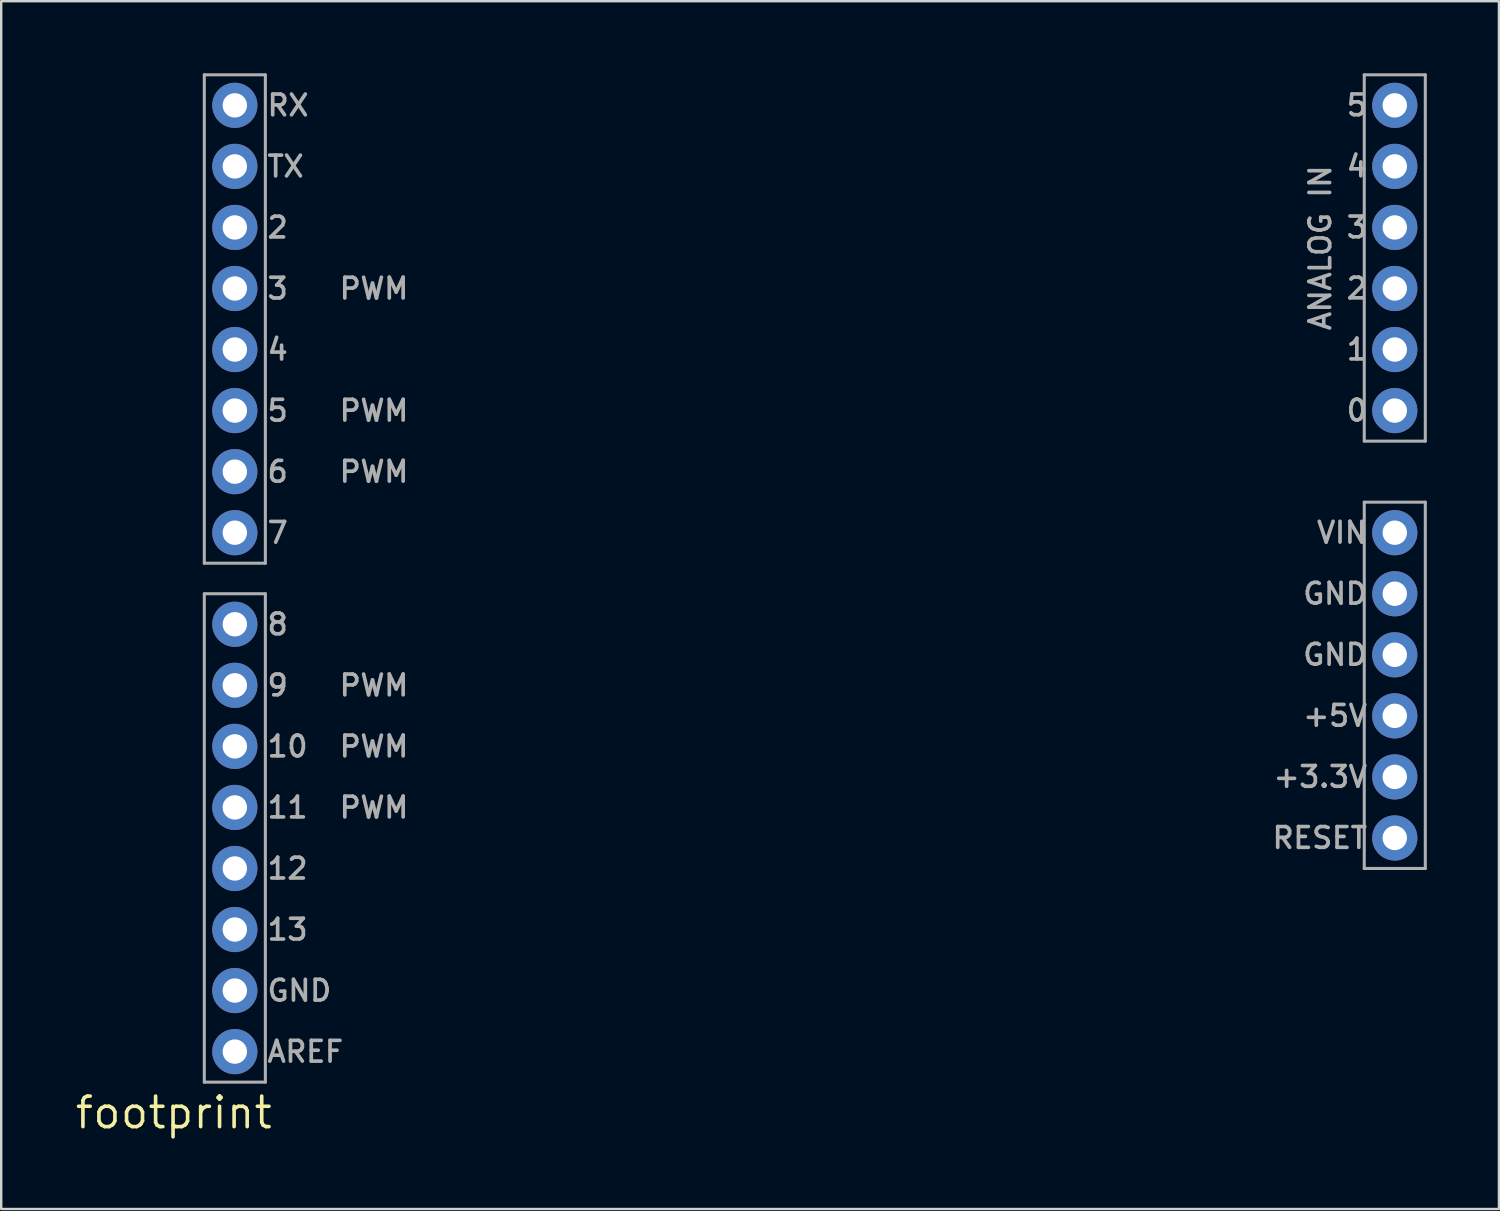
<source format=kicad_pcb>
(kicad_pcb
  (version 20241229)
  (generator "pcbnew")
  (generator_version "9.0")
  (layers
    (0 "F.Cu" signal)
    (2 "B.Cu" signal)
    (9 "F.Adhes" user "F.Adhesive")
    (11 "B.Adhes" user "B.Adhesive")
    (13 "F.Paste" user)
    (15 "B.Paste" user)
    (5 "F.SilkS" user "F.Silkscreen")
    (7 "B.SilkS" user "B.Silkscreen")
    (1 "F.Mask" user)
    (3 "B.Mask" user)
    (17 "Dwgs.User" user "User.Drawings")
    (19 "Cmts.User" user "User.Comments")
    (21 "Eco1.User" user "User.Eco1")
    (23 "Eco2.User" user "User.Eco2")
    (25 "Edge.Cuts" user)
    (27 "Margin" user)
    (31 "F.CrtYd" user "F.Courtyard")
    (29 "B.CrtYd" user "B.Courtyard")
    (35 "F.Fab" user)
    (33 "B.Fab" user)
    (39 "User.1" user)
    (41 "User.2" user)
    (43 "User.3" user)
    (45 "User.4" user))
  (footprint "footprint"
    (layer "F.Cu")
    (at 4.18 43.243)
    (property "Reference" "footprint" (at 0 0 0) (layer "F.SilkS") (effects (font (size 1.27 1.27) (thickness 0.15))))
    (fp_line (start 1.27 -43.18) (end 3.81 -43.18) (stroke (width 0.127) (type solid)) (layer "F.Fab"))
    (fp_line (start 1.27 -22.86) (end 1.27 -43.18) (stroke (width 0.127) (type solid)) (layer "F.Fab"))
    (fp_line (start 1.27 -21.59) (end 3.81 -21.59) (stroke (width 0.127) (type solid)) (layer "F.Fab"))
    (fp_line (start 1.27 -1.27) (end 1.27 -21.59) (stroke (width 0.127) (type solid)) (layer "F.Fab"))
    (fp_line (start 3.81 -43.18) (end 3.81 -22.86) (stroke (width 0.127) (type solid)) (layer "F.Fab"))
    (fp_line (start 3.81 -22.86) (end 1.27 -22.86) (stroke (width 0.127) (type solid)) (layer "F.Fab"))
    (fp_line (start 3.81 -21.59) (end 3.81 -1.27) (stroke (width 0.127) (type solid)) (layer "F.Fab"))
    (fp_line (start 3.81 -1.27) (end 1.27 -1.27) (stroke (width 0.127) (type solid)) (layer "F.Fab"))
    (fp_line (start 49.53 -43.18) (end 52.07 -43.18) (stroke (width 0.127) (type solid)) (layer "F.Fab"))
    (fp_line (start 49.53 -27.94) (end 49.53 -43.18) (stroke (width 0.127) (type solid)) (layer "F.Fab"))
    (fp_line (start 49.53 -25.4) (end 52.07 -25.4) (stroke (width 0.127) (type solid)) (layer "F.Fab"))
    (fp_line (start 49.53 -10.16) (end 49.53 -25.4) (stroke (width 0.127) (type solid)) (layer "F.Fab"))
    (fp_line (start 52.07 -43.18) (end 52.07 -27.94) (stroke (width 0.127) (type solid)) (layer "F.Fab"))
    (fp_line (start 52.07 -27.94) (end 49.53 -27.94) (stroke (width 0.127) (type solid)) (layer "F.Fab"))
    (fp_line (start 52.07 -25.4) (end 52.07 -10.16) (stroke (width 0.127) (type solid)) (layer "F.Fab"))
    (fp_line (start 52.07 -10.16) (end 49.53 -10.16) (stroke (width 0.127) (type solid)) (layer "F.Fab"))
    (fp_text user "RX" (at 3.81 -41.402 0) (layer "F.Fab") (effects (font (size 0.864 0.864) (thickness 0.152)) (justify left bottom)))
    (fp_text user "6" (at 3.81 -26.162 0) (layer "F.Fab") (effects (font (size 0.864 0.864) (thickness 0.152)) (justify left bottom)))
    (fp_text user "GND" (at 49.733 -22.098 0) (layer "F.Fab") (effects (font (size 0.864 0.864) (thickness 0.152)) (justify right top)))
    (fp_text user "5" (at 3.81 -28.702 0) (layer "F.Fab") (effects (font (size 0.864 0.864) (thickness 0.152)) (justify left bottom)))
    (fp_text user "7" (at 3.81 -23.622 0) (layer "F.Fab") (effects (font (size 0.864 0.864) (thickness 0.152)) (justify left bottom)))
    (fp_text user "0" (at 49.733 -29.718 0) (layer "F.Fab") (effects (font (size 0.864 0.864) (thickness 0.152)) (justify right top)))
    (fp_text user "TX" (at 3.81 -38.862 0) (layer "F.Fab") (effects (font (size 0.864 0.864) (thickness 0.152)) (justify left bottom)))
    (fp_text user "11" (at 3.81 -12.192 0) (layer "F.Fab") (effects (font (size 0.864 0.864) (thickness 0.152)) (justify left bottom)))
    (fp_text user "ANALOG IN" (at 47.193 -39.497 90) (layer "F.Fab") (effects (font (size 0.864 0.864) (thickness 0.152)) (justify right top)))
    (fp_text user "+5V" (at 49.733 -17.018 0) (layer "F.Fab") (effects (font (size 0.864 0.864) (thickness 0.152)) (justify right top)))
    (fp_text user "10" (at 3.81 -14.732 0) (layer "F.Fab") (effects (font (size 0.864 0.864) (thickness 0.152)) (justify left bottom)))
    (fp_text user "GND" (at 49.733 -19.558 0) (layer "F.Fab") (effects (font (size 0.864 0.864) (thickness 0.152)) (justify right top)))
    (fp_text user "VIN" (at 49.733 -24.638 0) (layer "F.Fab") (effects (font (size 0.864 0.864) (thickness 0.152)) (justify right top)))
    (fp_text user "9" (at 3.81 -17.272 0) (layer "F.Fab") (effects (font (size 0.864 0.864) (thickness 0.152)) (justify left bottom)))
    (fp_text user "RESET" (at 49.733 -11.938 0) (layer "F.Fab") (effects (font (size 0.864 0.864) (thickness 0.152)) (justify right top)))
    (fp_text user "3" (at 3.81 -33.782 0) (layer "F.Fab") (effects (font (size 0.864 0.864) (thickness 0.152)) (justify left bottom)))
    (fp_text user "4" (at 3.81 -31.242 0) (layer "F.Fab") (effects (font (size 0.864 0.864) (thickness 0.152)) (justify left bottom)))
    (fp_text user "8" (at 3.81 -19.812 0) (layer "F.Fab") (effects (font (size 0.864 0.864) (thickness 0.152)) (justify left bottom)))
    (fp_text user "PWM" (at 6.81 -17.272 0) (layer "F.Fab") (effects (font (size 0.864 0.864) (thickness 0.152)) (justify left bottom)))
    (fp_text user "12" (at 3.81 -9.652 0) (layer "F.Fab") (effects (font (size 0.864 0.864) (thickness 0.152)) (justify left bottom)))
    (fp_text user "GND" (at 3.81 -4.572 0) (layer "F.Fab") (effects (font (size 0.864 0.864) (thickness 0.152)) (justify left bottom)))
    (fp_text user "13" (at 3.81 -7.112 0) (layer "F.Fab") (effects (font (size 0.864 0.864) (thickness 0.152)) (justify left bottom)))
    (fp_text user "2" (at 49.733 -34.798 0) (layer "F.Fab") (effects (font (size 0.864 0.864) (thickness 0.152)) (justify right top)))
    (fp_text user "PWM" (at 6.81 -12.192 0) (layer "F.Fab") (effects (font (size 0.864 0.864) (thickness 0.152)) (justify left bottom)))
    (fp_text user "+3.3V" (at 49.733 -14.478 0) (layer "F.Fab") (effects (font (size 0.864 0.864) (thickness 0.152)) (justify right top)))
    (fp_text user "PWM" (at 6.81 -14.732 0) (layer "F.Fab") (effects (font (size 0.864 0.864) (thickness 0.152)) (justify left bottom)))
    (fp_text user "2" (at 3.81 -36.322 0) (layer "F.Fab") (effects (font (size 0.864 0.864) (thickness 0.152)) (justify left bottom)))
    (fp_text user "5" (at 49.733 -42.418 0) (layer "F.Fab") (effects (font (size 0.864 0.864) (thickness 0.152)) (justify right top)))
    (fp_text user "PWM" (at 6.81 -33.782 0) (layer "F.Fab") (effects (font (size 0.864 0.864) (thickness 0.152)) (justify left bottom)))
    (fp_text user "4" (at 49.733 -39.878 0) (layer "F.Fab") (effects (font (size 0.864 0.864) (thickness 0.152)) (justify right top)))
    (fp_text user "PWM" (at 6.81 -28.702 0) (layer "F.Fab") (effects (font (size 0.864 0.864) (thickness 0.152)) (justify left bottom)))
    (fp_text user "3" (at 49.733 -37.338 0) (layer "F.Fab") (effects (font (size 0.864 0.864) (thickness 0.152)) (justify right top)))
    (fp_text user "AREF" (at 3.81 -2.032 0) (layer "F.Fab") (effects (font (size 0.864 0.864) (thickness 0.152)) (justify left bottom)))
    (fp_text user "1" (at 49.733 -32.258 0) (layer "F.Fab") (effects (font (size 0.864 0.864) (thickness 0.152)) (justify right top)))
    (fp_text user "PWM" (at 6.81 -26.162 0) (layer "F.Fab") (effects (font (size 0.864 0.864) (thickness 0.152)) (justify left bottom)))
    (pad "3.3V" thru_hole circle (at 50.8 -13.97 90) (size 1.88 1.88) (drill 1.016) (layers "*.Cu" "*.Mask"))
    (pad "5V" thru_hole circle (at 50.8 -16.51 90) (size 1.88 1.88) (drill 1.016) (layers "*.Cu" "*.Mask"))
    (pad "A0" thru_hole circle (at 50.8 -29.21 90) (size 1.88 1.88) (drill 1.016) (layers "*.Cu" "*.Mask"))
    (pad "A1" thru_hole circle (at 50.8 -31.75 90) (size 1.88 1.88) (drill 1.016) (layers "*.Cu" "*.Mask"))
    (pad "A2" thru_hole circle (at 50.8 -34.29 90) (size 1.88 1.88) (drill 1.016) (layers "*.Cu" "*.Mask"))
    (pad "A3" thru_hole circle (at 50.8 -36.83 90) (size 1.88 1.88) (drill 1.016) (layers "*.Cu" "*.Mask"))
    (pad "A4" thru_hole circle (at 50.8 -39.37 90) (size 1.88 1.88) (drill 1.016) (layers "*.Cu" "*.Mask"))
    (pad "A5" thru_hole circle (at 50.8 -41.91 90) (size 1.88 1.88) (drill 1.016) (layers "*.Cu" "*.Mask"))
    (pad "AREF" thru_hole circle (at 2.54 -2.54 90) (size 1.88 1.88) (drill 1.016) (layers "*.Cu" "*.Mask"))
    (pad "D2" thru_hole circle (at 2.54 -36.83 90) (size 1.88 1.88) (drill 1.016) (layers "*.Cu" "*.Mask"))
    (pad "D3" thru_hole circle (at 2.54 -34.29 90) (size 1.88 1.88) (drill 1.016) (layers "*.Cu" "*.Mask"))
    (pad "D4" thru_hole circle (at 2.54 -31.75 90) (size 1.88 1.88) (drill 1.016) (layers "*.Cu" "*.Mask"))
    (pad "D5" thru_hole circle (at 2.54 -29.21 90) (size 1.88 1.88) (drill 1.016) (layers "*.Cu" "*.Mask"))
    (pad "D6" thru_hole circle (at 2.54 -26.67 90) (size 1.88 1.88) (drill 1.016) (layers "*.Cu" "*.Mask"))
    (pad "D7" thru_hole circle (at 2.54 -24.13 90) (size 1.88 1.88) (drill 1.016) (layers "*.Cu" "*.Mask"))
    (pad "D8" thru_hole circle (at 2.54 -20.32 90) (size 1.88 1.88) (drill 1.016) (layers "*.Cu" "*.Mask"))
    (pad "D9" thru_hole circle (at 2.54 -17.78 90) (size 1.88 1.88) (drill 1.016) (layers "*.Cu" "*.Mask"))
    (pad "D10" thru_hole circle (at 2.54 -15.24 90) (size 1.88 1.88) (drill 1.016) (layers "*.Cu" "*.Mask"))
    (pad "D11" thru_hole circle (at 2.54 -12.7 90) (size 1.88 1.88) (drill 1.016) (layers "*.Cu" "*.Mask"))
    (pad "D12" thru_hole circle (at 2.54 -10.16 90) (size 1.88 1.88) (drill 1.016) (layers "*.Cu" "*.Mask"))
    (pad "D13" thru_hole circle (at 2.54 -7.62 90) (size 1.88 1.88) (drill 1.016) (layers "*.Cu" "*.Mask"))
    (pad "GND@0" thru_hole circle (at 50.8 -19.05 90) (size 1.88 1.88) (drill 1.016) (layers "*.Cu" "*.Mask"))
    (pad "GND@1" thru_hole circle (at 50.8 -21.59 90) (size 1.88 1.88) (drill 1.016) (layers "*.Cu" "*.Mask"))
    (pad "GND@2" thru_hole circle (at 2.54 -5.08 90) (size 1.88 1.88) (drill 1.016) (layers "*.Cu" "*.Mask"))
    (pad "RES" thru_hole circle (at 50.8 -11.43 90) (size 1.88 1.88) (drill 1.016) (layers "*.Cu" "*.Mask"))
    (pad "RX" thru_hole circle (at 2.54 -41.91 90) (size 1.88 1.88) (drill 1.016) (layers "*.Cu" "*.Mask"))
    (pad "TX" thru_hole circle (at 2.54 -39.37 90) (size 1.88 1.88) (drill 1.016) (layers "*.Cu" "*.Mask"))
    (pad "VIN" thru_hole circle (at 50.8 -24.13 90) (size 1.88 1.88) (drill 1.016) (layers "*.Cu" "*.Mask")))
  (gr_rect
    (start -3 -3)
    (end 59.314 47.25)
    (stroke (width 0.1) (type default))
    (fill no)
    (layer "Edge.Cuts")))
</source>
